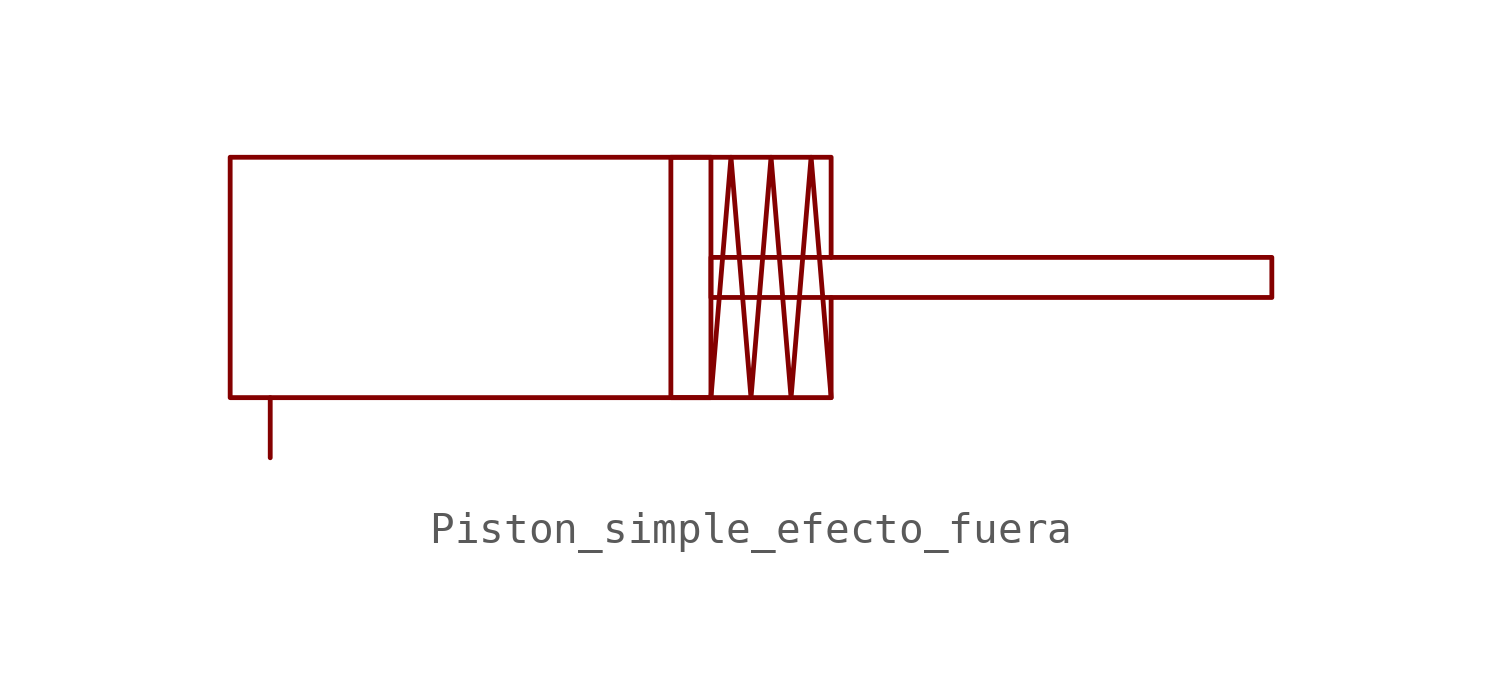
<source format=kicad_sym>
(kicad_symbol_lib
  (version 20211014)
  (generator kicad_symbol_editor)
  (symbol "Piston_simple_efecto_fuera"
    (pin_names
      (offset 1.016))
    (property "Reference" "V"
      (at 6.985 -1.27 0)
      (effects (font (size 2.54 2.54)) (justify left) hide))
    (symbol "Piston_simple_efecto_fuera_0_1"
      (polyline (pts (xy 17.78 6.35) (xy 17.78 9.525) (xy -1.27 9.525) (xy -1.27 1.905) (xy 17.78 1.905) (xy 17.78 5.08)) (stroke (width 0) (type default) (color 0 0 0 0)) (fill (type none)))
      (polyline (pts (xy 13.97 1.905) (xy 14.605 9.525) (xy 15.24 1.905) (xy 15.875 9.525) (xy 16.51 1.905) (xy 17.145 9.525) (xy 17.78 1.905)) (stroke (width 0) (type default) (color 0 0 0 0)) (fill (type none)))
      (rectangle (start 12.7 9.525) (end 13.97 1.905) (stroke (width 0) (type default) (color 0 0 0 0)) (fill (type none)))
      (rectangle (start 31.75 6.35) (end 13.97 5.08) (stroke (width 0) (type default) (color 0 0 0 0)) (fill (type none))))
    (symbol "Piston_simple_efecto_fuera_1_1"
      (pin output line (at 0 0 90) (length 1.905) (name "" (effects (font (size 1.27 1.27)))) (number "" (effects (font (size 1.27 1.27))))))))
</source>
